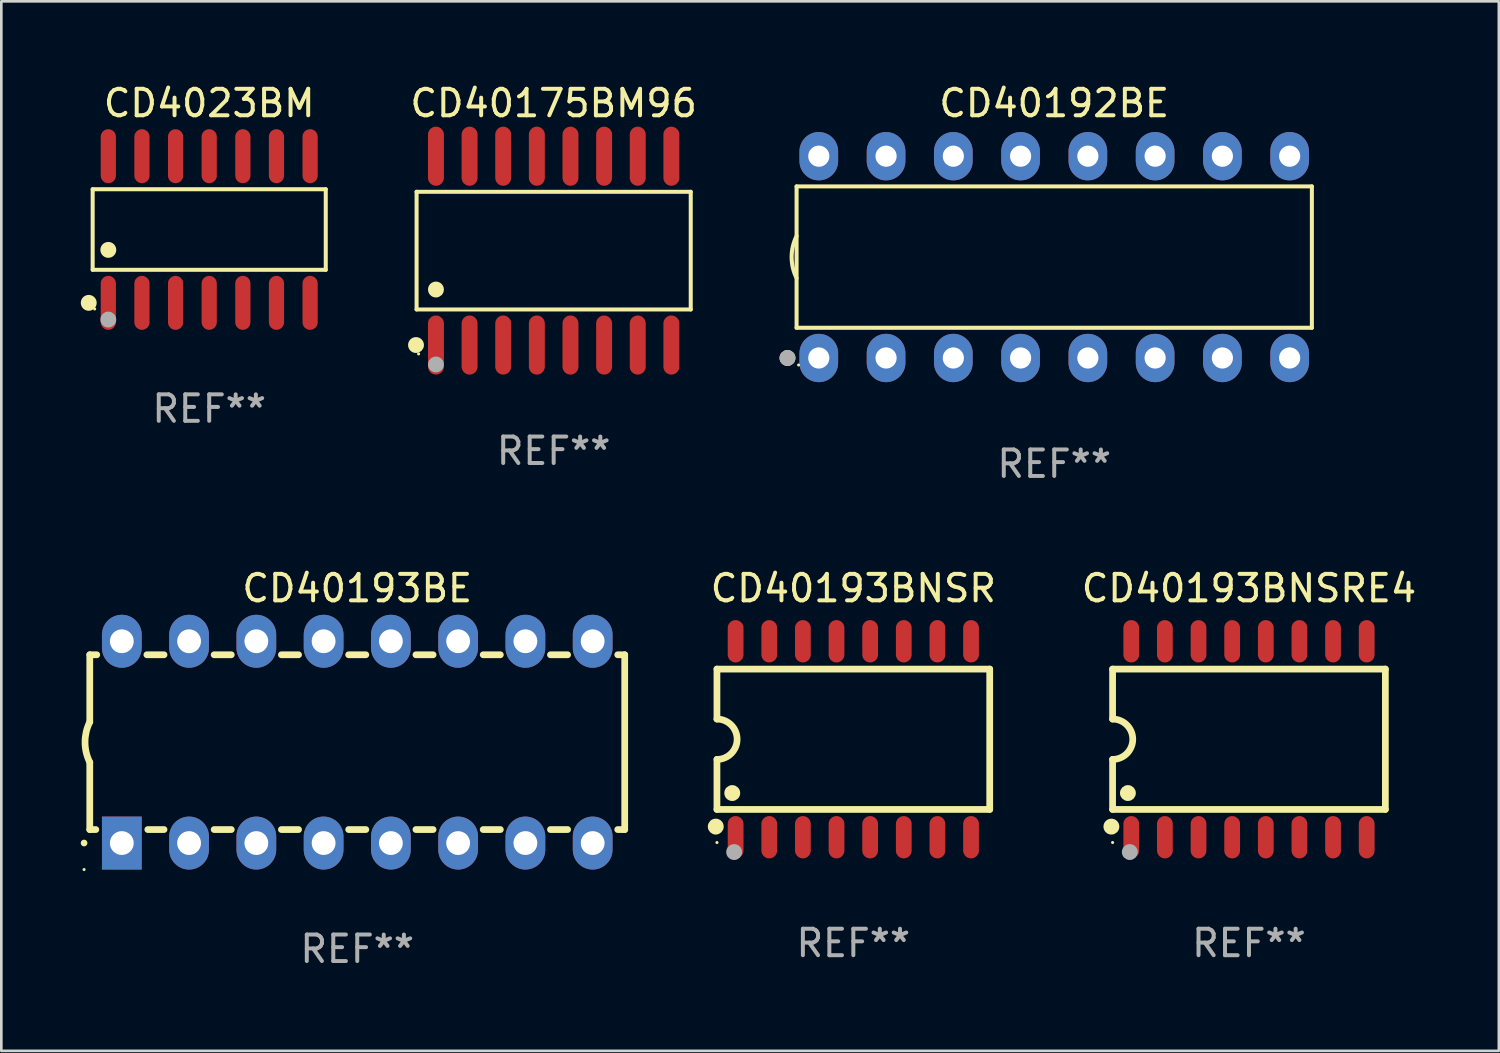
<source format=kicad_pcb>
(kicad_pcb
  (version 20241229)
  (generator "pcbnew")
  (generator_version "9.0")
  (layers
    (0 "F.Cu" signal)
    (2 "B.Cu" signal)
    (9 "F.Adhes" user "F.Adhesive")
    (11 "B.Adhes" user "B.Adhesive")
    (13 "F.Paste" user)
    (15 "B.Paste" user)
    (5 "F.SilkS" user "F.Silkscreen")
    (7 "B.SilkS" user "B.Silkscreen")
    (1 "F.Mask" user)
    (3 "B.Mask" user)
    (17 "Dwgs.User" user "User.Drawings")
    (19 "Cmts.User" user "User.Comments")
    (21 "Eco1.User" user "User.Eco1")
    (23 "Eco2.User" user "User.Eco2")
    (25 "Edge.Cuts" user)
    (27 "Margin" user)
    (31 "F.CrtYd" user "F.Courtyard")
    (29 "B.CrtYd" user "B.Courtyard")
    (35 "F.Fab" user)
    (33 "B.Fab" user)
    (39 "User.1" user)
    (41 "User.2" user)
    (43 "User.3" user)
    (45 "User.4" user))
  (footprint "CD40193BNSR"
    (layer "F.Cu")
    (at 29.173 24.865)
    (property "Reference" "CD40193BNSR" (at 0 -5.7 0) (layer "F.SilkS") (effects (font (size 1 1) (thickness 0.15))))
    (attr through_hole)
    (fp_line (start -5.15 -2.65) (end -5.15 -0.762) (stroke (width 0.254) (type solid)) (layer "F.SilkS"))
    (fp_line (start -5.15 -2.65) (end 5.15 -2.65) (stroke (width 0.254) (type solid)) (layer "F.SilkS"))
    (fp_line (start -5.15 2.65) (end -5.15 0.762) (stroke (width 0.254) (type solid)) (layer "F.SilkS"))
    (fp_line (start 5.15 -2.65) (end 5.15 2.65) (stroke (width 0.254) (type solid)) (layer "F.SilkS"))
    (fp_line (start 5.15 2.65) (end -5.15 2.65) (stroke (width 0.254) (type solid)) (layer "F.SilkS"))
    (fp_arc (start -5.151131 -0.762003) (mid -4.389128 -0.000559) (end -5.150013 0.762002) (stroke (width 0.254001) (type solid)) (layer "F.SilkS"))
    (fp_circle (center -5.195 3.299) (end -5.045 3.299) (stroke (width 0.3) (type solid)) (fill no) (layer "F.SilkS"))
    (fp_circle (center -5.15 3.9) (end -5.12 3.9) (stroke (width 0.06) (type solid)) (fill no) (layer "F.SilkS"))
    (fp_circle (center -4.572 2.032) (end -4.422 2.032) (stroke (width 0.3) (type solid)) (fill no) (layer "F.SilkS"))
    (fp_circle (center -4.5 4.26) (end -4.35 4.26) (stroke (width 0.3) (type solid)) (fill no) (layer "F.Fab"))
    (fp_text user "REF**" (at 0 7.7 0) (layer "F.Fab") (effects (font (size 1 1) (thickness 0.15))))
    (pad "1" smd oval (at -4.445 3.7) (size 0.595 1.598) (layers "F.Cu" "F.Mask" "F.Paste"))
    (pad "2" smd oval (at -3.175 3.7) (size 0.595 1.598) (layers "F.Cu" "F.Mask" "F.Paste"))
    (pad "3" smd oval (at -1.905 3.7) (size 0.595 1.598) (layers "F.Cu" "F.Mask" "F.Paste"))
    (pad "4" smd oval (at -0.635 3.7) (size 0.595 1.598) (layers "F.Cu" "F.Mask" "F.Paste"))
    (pad "5" smd oval (at 0.635 3.7) (size 0.595 1.598) (layers "F.Cu" "F.Mask" "F.Paste"))
    (pad "6" smd oval (at 1.905 3.7) (size 0.595 1.598) (layers "F.Cu" "F.Mask" "F.Paste"))
    (pad "7" smd oval (at 3.175 3.7) (size 0.595 1.598) (layers "F.Cu" "F.Mask" "F.Paste"))
    (pad "8" smd oval (at 4.445 3.7) (size 0.595 1.598) (layers "F.Cu" "F.Mask" "F.Paste"))
    (pad "9" smd oval (at 4.445 -3.7) (size 0.595 1.598) (layers "F.Cu" "F.Mask" "F.Paste"))
    (pad "10" smd oval (at 3.175 -3.7) (size 0.595 1.598) (layers "F.Cu" "F.Mask" "F.Paste"))
    (pad "11" smd oval (at 1.905 -3.7) (size 0.595 1.598) (layers "F.Cu" "F.Mask" "F.Paste"))
    (pad "12" smd oval (at 0.635 -3.7) (size 0.595 1.598) (layers "F.Cu" "F.Mask" "F.Paste"))
    (pad "13" smd oval (at -0.635 -3.7) (size 0.595 1.598) (layers "F.Cu" "F.Mask" "F.Paste"))
    (pad "14" smd oval (at -1.905 -3.7) (size 0.595 1.598) (layers "F.Cu" "F.Mask" "F.Paste"))
    (pad "15" smd oval (at -3.175 -3.7) (size 0.595 1.598) (layers "F.Cu" "F.Mask" "F.Paste"))
    (pad "16" smd oval (at -4.445 -3.7) (size 0.595 1.598) (layers "F.Cu" "F.Mask" "F.Paste")))
  (footprint "CD4023BM"
    (layer "F.Cu")
    (at 4.85 5.617)
    (property "Reference" "CD4023BM" (at 0 -4.769 0) (layer "F.SilkS") (effects (font (size 1 1) (thickness 0.15))))
    (attr through_hole)
    (fp_line (start -4.401 -1.521) (end 4.401 -1.521) (stroke (width 0.152) (type solid)) (layer "F.SilkS"))
    (fp_line (start -4.401 1.521) (end -4.401 -1.521) (stroke (width 0.152) (type solid)) (layer "F.SilkS"))
    (fp_line (start 4.401 -1.521) (end 4.401 1.521) (stroke (width 0.152) (type solid)) (layer "F.SilkS"))
    (fp_line (start 4.401 1.521) (end -4.401 1.521) (stroke (width 0.152) (type solid)) (layer "F.SilkS"))
    (fp_circle (center -4.549 2.769) (end -4.399 2.769) (stroke (width 0.3) (type solid)) (fill no) (layer "F.SilkS"))
    (fp_circle (center -4.325 3) (end -4.295 3) (stroke (width 0.06) (type solid)) (fill no) (layer "F.SilkS"))
    (fp_circle (center -3.81 0.769) (end -3.66 0.769) (stroke (width 0.3) (type solid)) (fill no) (layer "F.SilkS"))
    (fp_circle (center -3.81 3.4) (end -3.66 3.4) (stroke (width 0.3) (type solid)) (fill no) (layer "F.Fab"))
    (fp_text user "REF**" (at 0 6.769 0) (layer "F.Fab") (effects (font (size 1 1) (thickness 0.15))))
    (pad "1" smd oval (at -3.81 2.769) (size 0.574 2.038) (layers "F.Cu" "F.Mask" "F.Paste"))
    (pad "2" smd oval (at -2.54 2.769) (size 0.574 2.038) (layers "F.Cu" "F.Mask" "F.Paste"))
    (pad "3" smd oval (at -1.27 2.769) (size 0.574 2.038) (layers "F.Cu" "F.Mask" "F.Paste"))
    (pad "4" smd oval (at 0 2.769) (size 0.574 2.038) (layers "F.Cu" "F.Mask" "F.Paste"))
    (pad "5" smd oval (at 1.27 2.769) (size 0.574 2.038) (layers "F.Cu" "F.Mask" "F.Paste"))
    (pad "6" smd oval (at 2.54 2.769) (size 0.574 2.038) (layers "F.Cu" "F.Mask" "F.Paste"))
    (pad "7" smd oval (at 3.81 2.769) (size 0.574 2.038) (layers "F.Cu" "F.Mask" "F.Paste"))
    (pad "8" smd oval (at 3.81 -2.769) (size 0.574 2.038) (layers "F.Cu" "F.Mask" "F.Paste"))
    (pad "9" smd oval (at 2.54 -2.769) (size 0.574 2.038) (layers "F.Cu" "F.Mask" "F.Paste"))
    (pad "10" smd oval (at 1.27 -2.769) (size 0.574 2.038) (layers "F.Cu" "F.Mask" "F.Paste"))
    (pad "11" smd oval (at 0 -2.769) (size 0.574 2.038) (layers "F.Cu" "F.Mask" "F.Paste"))
    (pad "12" smd oval (at -1.27 -2.769) (size 0.574 2.038) (layers "F.Cu" "F.Mask" "F.Paste"))
    (pad "13" smd oval (at -2.54 -2.769) (size 0.574 2.038) (layers "F.Cu" "F.Mask" "F.Paste"))
    (pad "14" smd oval (at -3.81 -2.769) (size 0.574 2.038) (layers "F.Cu" "F.Mask" "F.Paste")))
  (footprint "CD40193BE"
    (layer "F.Cu")
    (at 10.44 24.975)
    (property "Reference" "CD40193BE" (at 0 -5.81 0) (layer "F.SilkS") (effects (font (size 1 1) (thickness 0.15))))
    (attr through_hole)
    (fp_line (start -10.1 -3.3) (end -10.1 -0.762) (stroke (width 0.254) (type solid)) (layer "F.SilkS"))
    (fp_line (start -10.1 -3.3) (end -9.836 -3.3) (stroke (width 0.254) (type solid)) (layer "F.SilkS"))
    (fp_line (start -10.1 3.3) (end -10.1 0.762) (stroke (width 0.254) (type solid)) (layer "F.SilkS"))
    (fp_line (start -9.871 3.3) (end -10.1 3.3) (stroke (width 0.254) (type solid)) (layer "F.SilkS"))
    (fp_line (start -7.944 -3.3) (end -7.296 -3.3) (stroke (width 0.254) (type solid)) (layer "F.SilkS"))
    (fp_line (start -7.296 3.3) (end -7.909 3.3) (stroke (width 0.254) (type solid)) (layer "F.SilkS"))
    (fp_line (start -5.404 -3.3) (end -4.756 -3.3) (stroke (width 0.254) (type solid)) (layer "F.SilkS"))
    (fp_line (start -4.756 3.3) (end -5.404 3.3) (stroke (width 0.254) (type solid)) (layer "F.SilkS"))
    (fp_line (start -2.864 -3.3) (end -2.216 -3.3) (stroke (width 0.254) (type solid)) (layer "F.SilkS"))
    (fp_line (start -2.216 3.3) (end -2.864 3.3) (stroke (width 0.254) (type solid)) (layer "F.SilkS"))
    (fp_line (start -0.324 -3.3) (end 0.324 -3.3) (stroke (width 0.254) (type solid)) (layer "F.SilkS"))
    (fp_line (start 0.324 3.3) (end -0.324 3.3) (stroke (width 0.254) (type solid)) (layer "F.SilkS"))
    (fp_line (start 2.216 -3.3) (end 2.864 -3.3) (stroke (width 0.254) (type solid)) (layer "F.SilkS"))
    (fp_line (start 2.864 3.3) (end 2.216 3.3) (stroke (width 0.254) (type solid)) (layer "F.SilkS"))
    (fp_line (start 4.756 -3.3) (end 5.404 -3.3) (stroke (width 0.254) (type solid)) (layer "F.SilkS"))
    (fp_line (start 5.404 3.3) (end 4.756 3.3) (stroke (width 0.254) (type solid)) (layer "F.SilkS"))
    (fp_line (start 7.296 -3.3) (end 7.944 -3.3) (stroke (width 0.254) (type solid)) (layer "F.SilkS"))
    (fp_line (start 7.944 3.3) (end 7.296 3.3) (stroke (width 0.254) (type solid)) (layer "F.SilkS"))
    (fp_line (start 9.836 -3.3) (end 10.1 -3.3) (stroke (width 0.254) (type solid)) (layer "F.SilkS"))
    (fp_line (start 10.1 3.3) (end 9.836 3.3) (stroke (width 0.254) (type solid)) (layer "F.SilkS"))
    (fp_line (start 10.1 3.3) (end 10.1 -3.3) (stroke (width 0.254) (type solid)) (layer "F.SilkS"))
    (fp_arc (start -10.314948 3.810008) (mid -10.314955 3.808738) (end -10.314948 3.807468) (stroke (width 0.25) (type solid)) (layer "F.SilkS"))
    (fp_arc (start -10.099048 0.762001) (mid -10.279271 0.000116) (end -10.100038 -0.762002) (stroke (width 0.254001) (type solid)) (layer "F.SilkS"))
    (fp_circle (center -10.315 4.81) (end -10.285 4.81) (stroke (width 0.06) (type solid)) (fill no) (layer "F.SilkS"))
    (fp_text user "REF**" (at 0 7.81 0) (layer "F.Fab") (effects (font (size 1 1) (thickness 0.15))))
    (pad "1" thru_hole rect (at -8.89 3.81 90) (size 2 1.5) (drill 0.9) (layers "*.Cu" "*.Mask"))
    (pad "2" thru_hole oval (at -6.35 3.81 90) (size 2 1.5) (drill 0.9) (layers "*.Cu" "*.Mask"))
    (pad "3" thru_hole oval (at -3.81 3.81 90) (size 2 1.5) (drill 0.9) (layers "*.Cu" "*.Mask"))
    (pad "4" thru_hole oval (at -1.27 3.81 90) (size 2 1.5) (drill 0.9) (layers "*.Cu" "*.Mask"))
    (pad "5" thru_hole oval (at 1.27 3.81 90) (size 2 1.5) (drill 0.9) (layers "*.Cu" "*.Mask"))
    (pad "6" thru_hole oval (at 3.81 3.81 90) (size 2 1.5) (drill 0.9) (layers "*.Cu" "*.Mask"))
    (pad "7" thru_hole oval (at 6.35 3.81 90) (size 2 1.5) (drill 0.9) (layers "*.Cu" "*.Mask"))
    (pad "8" thru_hole oval (at 8.89 3.81 90) (size 2 1.5) (drill 0.9) (layers "*.Cu" "*.Mask"))
    (pad "9" thru_hole oval (at 8.89 -3.81 90) (size 2 1.5) (drill 0.9) (layers "*.Cu" "*.Mask"))
    (pad "10" thru_hole oval (at 6.35 -3.81 90) (size 2 1.5) (drill 0.9) (layers "*.Cu" "*.Mask"))
    (pad "11" thru_hole oval (at 3.81 -3.81 90) (size 2 1.5) (drill 0.9) (layers "*.Cu" "*.Mask"))
    (pad "12" thru_hole oval (at 1.27 -3.81 90) (size 2 1.5) (drill 0.9) (layers "*.Cu" "*.Mask"))
    (pad "13" thru_hole oval (at -1.27 -3.81 90) (size 2 1.5) (drill 0.9) (layers "*.Cu" "*.Mask"))
    (pad "14" thru_hole oval (at -3.81 -3.81 90) (size 2 1.5) (drill 0.9) (layers "*.Cu" "*.Mask"))
    (pad "15" thru_hole oval (at -6.35 -3.81 90) (size 2 1.5) (drill 0.9) (layers "*.Cu" "*.Mask"))
    (pad "16" thru_hole oval (at -8.89 -3.81 90) (size 2 1.5) (drill 0.9) (layers "*.Cu" "*.Mask")))
  (footprint "CD40175BM96"
    (layer "F.Cu")
    (at 17.857 6.414)
    (property "Reference" "CD40175BM96" (at 0 -5.565 0) (layer "F.SilkS") (effects (font (size 1 1) (thickness 0.15))))
    (attr through_hole)
    (fp_line (start -5.176 -2.221) (end 5.176 -2.221) (stroke (width 0.152) (type solid)) (layer "F.SilkS"))
    (fp_line (start -5.176 2.221) (end -5.176 -2.221) (stroke (width 0.152) (type solid)) (layer "F.SilkS"))
    (fp_line (start 5.176 -2.221) (end 5.176 2.221) (stroke (width 0.152) (type solid)) (layer "F.SilkS"))
    (fp_line (start 5.176 2.221) (end -5.176 2.221) (stroke (width 0.152) (type solid)) (layer "F.SilkS"))
    (fp_circle (center -5.198 3.565) (end -5.048 3.565) (stroke (width 0.3) (type solid)) (fill no) (layer "F.SilkS"))
    (fp_circle (center -5.1 3.9) (end -5.07 3.9) (stroke (width 0.06) (type solid)) (fill no) (layer "F.SilkS"))
    (fp_circle (center -4.445 1.469) (end -4.295 1.469) (stroke (width 0.3) (type solid)) (fill no) (layer "F.SilkS"))
    (fp_circle (center -4.445 4.3) (end -4.295 4.3) (stroke (width 0.3) (type solid)) (fill no) (layer "F.Fab"))
    (fp_text user "REF**" (at 0 7.565 0) (layer "F.Fab") (effects (font (size 1 1) (thickness 0.15))))
    (pad "1" smd oval (at -4.445 3.565) (size 0.602 2.231) (layers "F.Cu" "F.Mask" "F.Paste"))
    (pad "2" smd oval (at -3.175 3.565) (size 0.602 2.231) (layers "F.Cu" "F.Mask" "F.Paste"))
    (pad "3" smd oval (at -1.905 3.565) (size 0.602 2.231) (layers "F.Cu" "F.Mask" "F.Paste"))
    (pad "4" smd oval (at -0.635 3.565) (size 0.602 2.231) (layers "F.Cu" "F.Mask" "F.Paste"))
    (pad "5" smd oval (at 0.635 3.565) (size 0.602 2.231) (layers "F.Cu" "F.Mask" "F.Paste"))
    (pad "6" smd oval (at 1.905 3.565) (size 0.602 2.231) (layers "F.Cu" "F.Mask" "F.Paste"))
    (pad "7" smd oval (at 3.175 3.565) (size 0.602 2.231) (layers "F.Cu" "F.Mask" "F.Paste"))
    (pad "8" smd oval (at 4.445 3.565) (size 0.602 2.231) (layers "F.Cu" "F.Mask" "F.Paste"))
    (pad "9" smd oval (at 4.445 -3.565) (size 0.602 2.231) (layers "F.Cu" "F.Mask" "F.Paste"))
    (pad "10" smd oval (at 3.175 -3.565) (size 0.602 2.231) (layers "F.Cu" "F.Mask" "F.Paste"))
    (pad "11" smd oval (at 1.905 -3.565) (size 0.602 2.231) (layers "F.Cu" "F.Mask" "F.Paste"))
    (pad "12" smd oval (at 0.635 -3.565) (size 0.602 2.231) (layers "F.Cu" "F.Mask" "F.Paste"))
    (pad "13" smd oval (at -0.635 -3.565) (size 0.602 2.231) (layers "F.Cu" "F.Mask" "F.Paste"))
    (pad "14" smd oval (at -1.905 -3.565) (size 0.602 2.231) (layers "F.Cu" "F.Mask" "F.Paste"))
    (pad "15" smd oval (at -3.175 -3.565) (size 0.602 2.231) (layers "F.Cu" "F.Mask" "F.Paste"))
    (pad "16" smd oval (at -4.445 -3.565) (size 0.602 2.231) (layers "F.Cu" "F.Mask" "F.Paste")))
  (footprint "CD40192BE"
    (layer "F.Cu")
    (at 36.759 6.658)
    (property "Reference" "CD40192BE" (at 0 -5.81 0) (layer "F.SilkS") (effects (font (size 1 1) (thickness 0.15))))
    (attr through_hole)
    (fp_line (start -9.729 -2.669) (end 9.729 -2.669) (stroke (width 0.152) (type solid)) (layer "F.SilkS"))
    (fp_line (start -9.729 2.669) (end -9.729 -2.669) (stroke (width 0.152) (type solid)) (layer "F.SilkS"))
    (fp_line (start 9.729 -2.669) (end 9.729 2.669) (stroke (width 0.152) (type solid)) (layer "F.SilkS"))
    (fp_line (start 9.729 2.669) (end -9.729 2.669) (stroke (width 0.152) (type solid)) (layer "F.SilkS"))
    (fp_arc (start -9.728727 0.793751) (mid -9.916106 0) (end -9.728727 -0.793752) (stroke (width 0.1524) (type solid)) (layer "F.SilkS"))
    (fp_circle (center -10.072 3.81) (end -9.922 3.81) (stroke (width 0.3) (type solid)) (fill no) (layer "F.SilkS"))
    (fp_circle (center -9.653 4.075) (end -9.623 4.075) (stroke (width 0.06) (type solid)) (fill no) (layer "F.SilkS"))
    (fp_circle (center -10.072 3.81) (end -9.922 3.81) (stroke (width 0.3) (type solid)) (fill no) (layer "F.Fab"))
    (fp_text user "REF**" (at 0 7.81 0) (layer "F.Fab") (effects (font (size 1 1) (thickness 0.15))))
    (pad "1" thru_hole oval (at -8.89 3.81) (size 1.46 1.825) (drill 0.8) (layers "*.Cu" "*.Mask"))
    (pad "2" thru_hole oval (at -6.35 3.81) (size 1.46 1.825) (drill 0.8) (layers "*.Cu" "*.Mask"))
    (pad "3" thru_hole oval (at -3.81 3.81) (size 1.46 1.825) (drill 0.8) (layers "*.Cu" "*.Mask"))
    (pad "4" thru_hole oval (at -1.27 3.81) (size 1.46 1.825) (drill 0.8) (layers "*.Cu" "*.Mask"))
    (pad "5" thru_hole oval (at 1.27 3.81) (size 1.46 1.825) (drill 0.8) (layers "*.Cu" "*.Mask"))
    (pad "6" thru_hole oval (at 3.81 3.81) (size 1.46 1.825) (drill 0.8) (layers "*.Cu" "*.Mask"))
    (pad "7" thru_hole oval (at 6.35 3.81) (size 1.46 1.825) (drill 0.8) (layers "*.Cu" "*.Mask"))
    (pad "8" thru_hole oval (at 8.89 3.81) (size 1.46 1.825) (drill 0.8) (layers "*.Cu" "*.Mask"))
    (pad "9" thru_hole oval (at 8.89 -3.81) (size 1.46 1.825) (drill 0.8) (layers "*.Cu" "*.Mask"))
    (pad "10" thru_hole oval (at 6.35 -3.81) (size 1.46 1.825) (drill 0.8) (layers "*.Cu" "*.Mask"))
    (pad "11" thru_hole oval (at 3.81 -3.81) (size 1.46 1.825) (drill 0.8) (layers "*.Cu" "*.Mask"))
    (pad "12" thru_hole oval (at 1.27 -3.81) (size 1.46 1.825) (drill 0.8) (layers "*.Cu" "*.Mask"))
    (pad "13" thru_hole oval (at -1.27 -3.81) (size 1.46 1.825) (drill 0.8) (layers "*.Cu" "*.Mask"))
    (pad "14" thru_hole oval (at -3.81 -3.81) (size 1.46 1.825) (drill 0.8) (layers "*.Cu" "*.Mask"))
    (pad "15" thru_hole oval (at -6.35 -3.81) (size 1.46 1.825) (drill 0.8) (layers "*.Cu" "*.Mask"))
    (pad "16" thru_hole oval (at -8.89 -3.81) (size 1.46 1.825) (drill 0.8) (layers "*.Cu" "*.Mask")))
  (footprint "CD40193BNSRE4"
    (layer "F.Cu")
    (at 44.113 24.865)
    (property "Reference" "CD40193BNSRE4" (at 0 -5.7 0) (layer "F.SilkS") (effects (font (size 1 1) (thickness 0.15))))
    (attr through_hole)
    (fp_line (start -5.15 -2.65) (end -5.15 -0.762) (stroke (width 0.254) (type solid)) (layer "F.SilkS"))
    (fp_line (start -5.15 -2.65) (end 5.15 -2.65) (stroke (width 0.254) (type solid)) (layer "F.SilkS"))
    (fp_line (start -5.15 2.65) (end -5.15 0.762) (stroke (width 0.254) (type solid)) (layer "F.SilkS"))
    (fp_line (start 5.15 -2.65) (end 5.15 2.65) (stroke (width 0.254) (type solid)) (layer "F.SilkS"))
    (fp_line (start 5.15 2.65) (end -5.15 2.65) (stroke (width 0.254) (type solid)) (layer "F.SilkS"))
    (fp_arc (start -5.151131 -0.762003) (mid -4.389128 -0.000559) (end -5.150013 0.762002) (stroke (width 0.254001) (type solid)) (layer "F.SilkS"))
    (fp_circle (center -5.195 3.299) (end -5.045 3.299) (stroke (width 0.3) (type solid)) (fill no) (layer "F.SilkS"))
    (fp_circle (center -5.15 3.9) (end -5.12 3.9) (stroke (width 0.06) (type solid)) (fill no) (layer "F.SilkS"))
    (fp_circle (center -4.572 2.032) (end -4.422 2.032) (stroke (width 0.3) (type solid)) (fill no) (layer "F.SilkS"))
    (fp_circle (center -4.5 4.26) (end -4.35 4.26) (stroke (width 0.3) (type solid)) (fill no) (layer "F.Fab"))
    (fp_text user "REF**" (at 0 7.7 0) (layer "F.Fab") (effects (font (size 1 1) (thickness 0.15))))
    (pad "1" smd oval (at -4.445 3.7) (size 0.595 1.598) (layers "F.Cu" "F.Mask" "F.Paste"))
    (pad "2" smd oval (at -3.175 3.7) (size 0.595 1.598) (layers "F.Cu" "F.Mask" "F.Paste"))
    (pad "3" smd oval (at -1.905 3.7) (size 0.595 1.598) (layers "F.Cu" "F.Mask" "F.Paste"))
    (pad "4" smd oval (at -0.635 3.7) (size 0.595 1.598) (layers "F.Cu" "F.Mask" "F.Paste"))
    (pad "5" smd oval (at 0.635 3.7) (size 0.595 1.598) (layers "F.Cu" "F.Mask" "F.Paste"))
    (pad "6" smd oval (at 1.905 3.7) (size 0.595 1.598) (layers "F.Cu" "F.Mask" "F.Paste"))
    (pad "7" smd oval (at 3.175 3.7) (size 0.595 1.598) (layers "F.Cu" "F.Mask" "F.Paste"))
    (pad "8" smd oval (at 4.445 3.7) (size 0.595 1.598) (layers "F.Cu" "F.Mask" "F.Paste"))
    (pad "9" smd oval (at 4.445 -3.7) (size 0.595 1.598) (layers "F.Cu" "F.Mask" "F.Paste"))
    (pad "10" smd oval (at 3.175 -3.7) (size 0.595 1.598) (layers "F.Cu" "F.Mask" "F.Paste"))
    (pad "11" smd oval (at 1.905 -3.7) (size 0.595 1.598) (layers "F.Cu" "F.Mask" "F.Paste"))
    (pad "12" smd oval (at 0.635 -3.7) (size 0.595 1.598) (layers "F.Cu" "F.Mask" "F.Paste"))
    (pad "13" smd oval (at -0.635 -3.7) (size 0.595 1.598) (layers "F.Cu" "F.Mask" "F.Paste"))
    (pad "14" smd oval (at -1.905 -3.7) (size 0.595 1.598) (layers "F.Cu" "F.Mask" "F.Paste"))
    (pad "15" smd oval (at -3.175 -3.7) (size 0.595 1.598) (layers "F.Cu" "F.Mask" "F.Paste"))
    (pad "16" smd oval (at -4.445 -3.7) (size 0.595 1.598) (layers "F.Cu" "F.Mask" "F.Paste")))
  (gr_rect
    (start -3 -3)
    (end 53.548 36.633)
    (stroke (width 0.1) (type default))
    (fill no)
    (layer "Edge.Cuts")))
</source>
